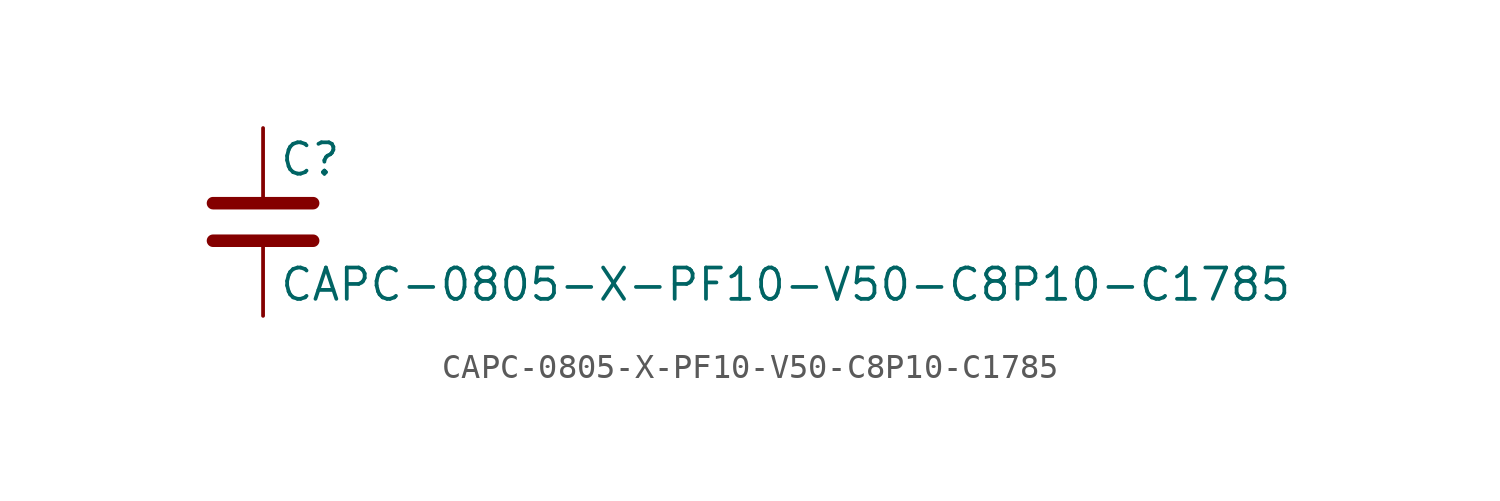
<source format=kicad_sym>
(kicad_symbol_lib
  (version 20211014)
  (generator kicad_symbol_editor)
  (symbol "CAPC-0805-X-PF10-V50-C8P10-C1785"
    (pin_numbers hide)
    (pin_names
      (offset 0.254))
    (property "Reference" "C"
      (at 0.635 2.54 0)
      (effects (font (size 1.27 1.27)) (justify left)))
    (property "Value" "CAPC-0805-X-PF10-V50-C8P10-C1785"
      (at 0.635 -2.54 0)
      (effects (font (size 1.27 1.27)) (justify left)))
    (symbol "CAPC-0805-X-PF10-V50-C8P10-C1785_0_1"
      (polyline (pts (xy -2.032 -0.762) (xy 2.032 -0.762)) (stroke (width 0.508) (type default) (color 0 0 0 0)) (fill (type none)))
      (polyline (pts (xy -2.032 0.762) (xy 2.032 0.762)) (stroke (width 0.508) (type default) (color 0 0 0 0)) (fill (type none))))
    (symbol "CAPC-0805-X-PF10-V50-C8P10-C1785_1_1"
      (pin passive line (at 0 3.81 270) (length 2.794) (name "~" (effects (font (size 1.27 1.27)))) (number "1" (effects (font (size 1.27 1.27)))))
      (pin passive line (at 0 -3.81 90) (length 2.794) (name "~" (effects (font (size 1.27 1.27)))) (number "2" (effects (font (size 1.27 1.27))))))))
</source>
